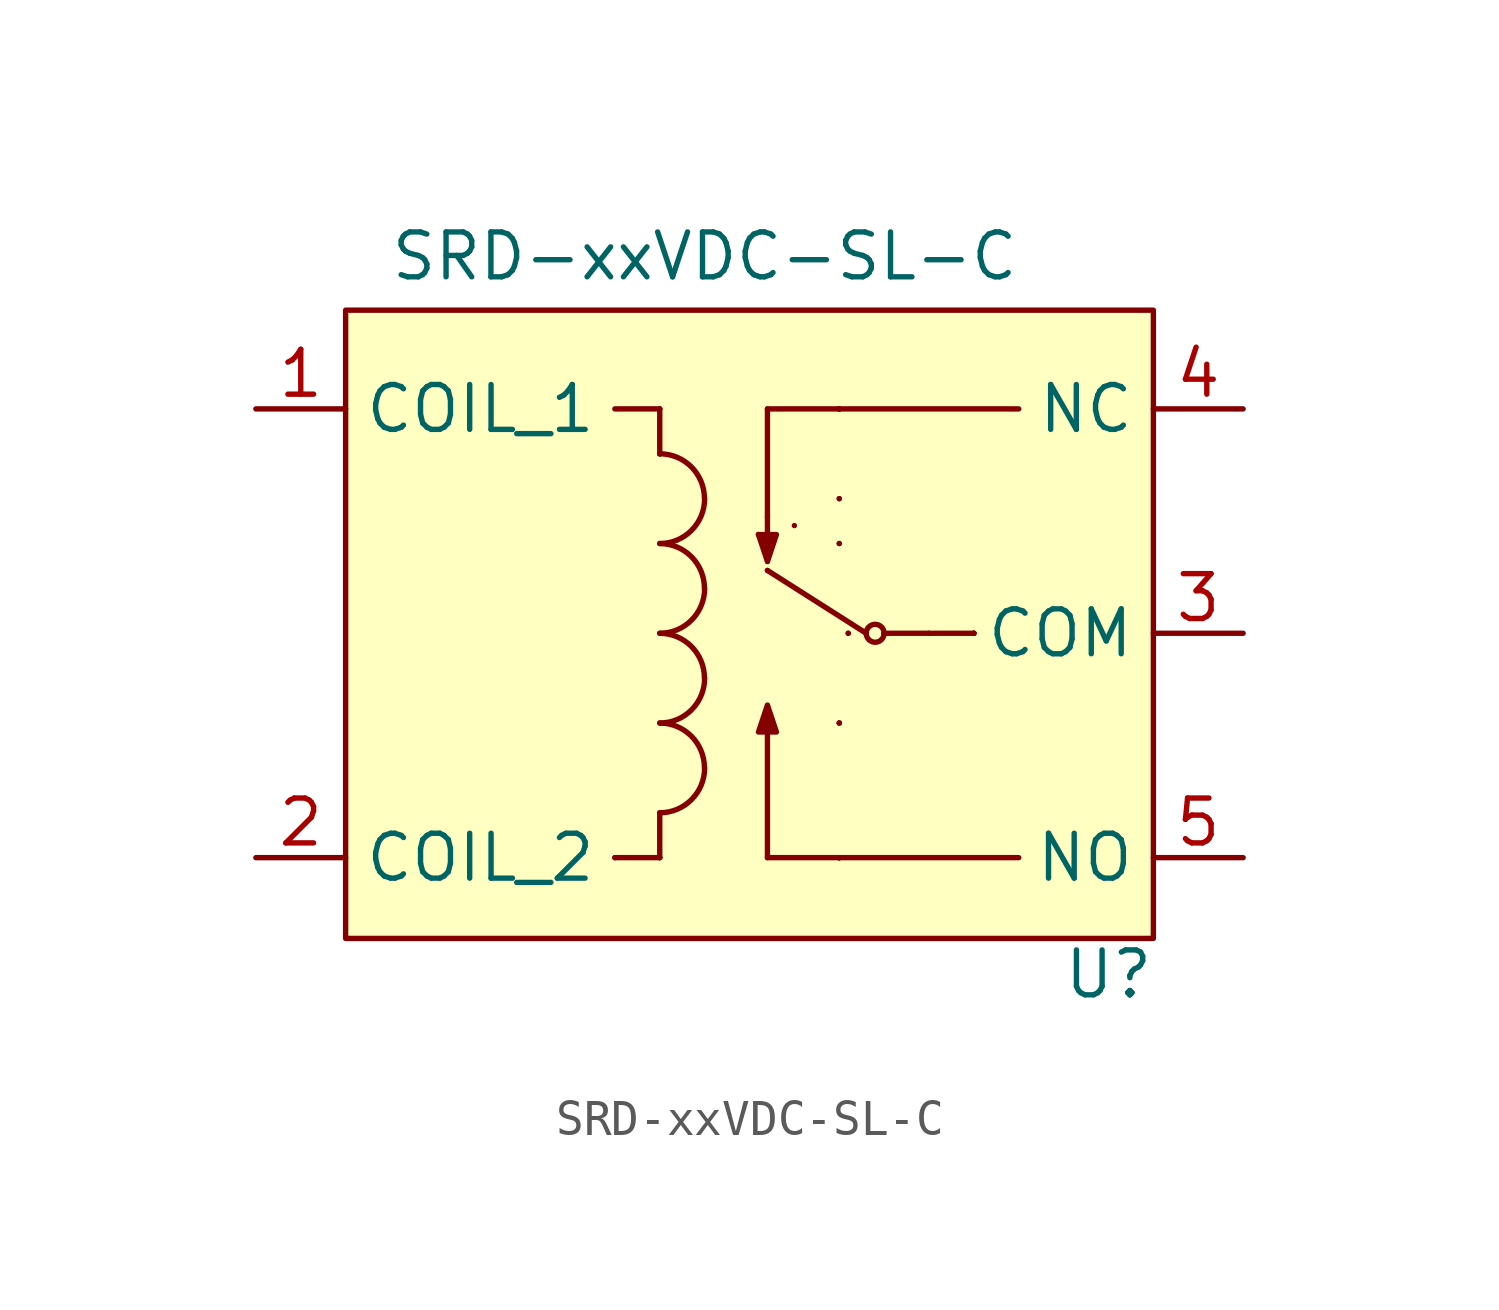
<source format=kicad_sym>
(kicad_symbol_lib
  (version 20241209)
  (generator "kicad_symbol_editor")
  (generator_version "9.0")
  (symbol "SRD-xxVDC-SL-C"
    (property "Reference" "U"
      (at 10.16 -9.652 0)
      (effects (font (size 1.27 1.27))))
    (property "Value" "SRD-xxVDC-SL-C"
      (at -1.27 10.668 0)
      (effects (font (size 1.27 1.27))))
    (symbol "SRD-xxVDC-SL-C_0_1"
      (polyline (pts (xy -3.81 6.35) (xy -2.54 6.35)) (stroke (width 0) (type default)) (fill (type none)))
      (polyline (pts (xy -3.81 -6.35) (xy -3.81 -6.35)) (stroke (width 0) (type default)) (fill (type none)))
      (polyline (pts (xy -3.81 -6.35) (xy -2.54 -6.35)) (stroke (width 0) (type default)) (fill (type none)))
      (polyline (pts (xy -2.54 6.35) (xy -2.54 6.35)) (stroke (width 0) (type default)) (fill (type none)))
      (polyline (pts (xy -2.54 5.08) (xy -2.54 6.35)) (stroke (width 0) (type default)) (fill (type none)))
      (polyline (pts (xy -2.54 5.08) (xy -2.54 5.08)) (stroke (width 0) (type default)) (fill (type none)))
      (polyline (pts (xy -2.54 5.08) (xy -2.54 5.08)) (stroke (width 0) (type default)) (fill (type none)))
      (arc (start -2.54 5.08) (mid -1.642 4.708) (end -1.27 3.81) (stroke (width 0) (type default)) (fill (type none)))
      (arc (start -1.27 3.81) (mid -1.642 2.912) (end -2.54 2.54) (stroke (width 0) (type default)) (fill (type none)))
      (arc (start -1.2699 1.2699) (mid -1.6419 0.3719) (end -2.5399 -0.0001) (stroke (width 0) (type default)) (fill (type none)))
      (arc (start -2.5399 2.5399) (mid -1.6419 2.1679) (end -1.2699 1.2699) (stroke (width 0) (type default)) (fill (type none)))
      (arc (start -1.2699 -1.2701) (mid -1.6419 -2.1681) (end -2.5399 -2.5401) (stroke (width 0) (type default)) (fill (type none)))
      (arc (start -2.5399 -0.0001) (mid -1.6419 -0.3721) (end -1.2699 -1.2701) (stroke (width 0) (type default)) (fill (type none)))
      (arc (start -1.2699 -3.8101) (mid -1.6419 -4.7081) (end -2.5399 -5.0801) (stroke (width 0) (type default)) (fill (type none)))
      (arc (start -2.5399 -2.5401) (mid -1.6419 -2.9121) (end -1.2699 -3.8101) (stroke (width 0) (type default)) (fill (type none)))
      (polyline (pts (xy -2.54 -5.08) (xy -2.54 -6.35)) (stroke (width 0) (type default)) (fill (type none)))
      (polyline (pts (xy -2.54 -6.35) (xy -2.54 -6.35)) (stroke (width 0) (type default)) (fill (type none)))
      (polyline (pts (xy 0.508 6.35) (xy 2.54 6.35)) (stroke (width 0) (type default)) (fill (type none)))
      (polyline (pts (xy 2.54 6.35) (xy 2.54 6.35)) (stroke (width 0) (type default)) (fill (type none)))
      (polyline (pts (xy 2.54 6.35) (xy 2.54 6.35)) (stroke (width 0) (type default)) (fill (type none)))
      (polyline (pts (xy 2.54 2.54) (xy 2.54 2.54)) (stroke (width 0) (type default)) (fill (type none)))
      (polyline (pts (xy 6.35 0) (xy 6.35 0)) (stroke (width 0) (type default)) (fill (type none)))
      (polyline (pts (xy 6.35 0) (xy 6.35 0)) (stroke (width 0) (type default)) (fill (type none)))
      (polyline (pts (xy 7.62 6.35) (xy 2.54 6.35)) (stroke (width 0) (type default)) (fill (type none))))
    (symbol "SRD-xxVDC-SL-C_1_1"
      (rectangle (start -11.43 9.144) (end 11.43 -8.636) (stroke (width 0) (type solid)) (fill (type background)))
      (polyline (pts (xy 0.254 2.794) (xy 0.254 2.794)) (stroke (width 0) (type default)) (fill (type none)))
      (polyline (pts (xy 0.254 2.794) (xy 0.254 2.794)) (stroke (width 0) (type default)) (fill (type none)))
      (polyline (pts (xy 0.254 2.794) (xy 0.762 2.794) (xy 0.508 2.032) (xy 0.254 2.794)) (stroke (width 0) (type solid)) (fill (type color) (color 132 0 0 1)))
      (polyline (pts (xy 0.508 3.302) (xy 0.508 3.302)) (stroke (width 0) (type default)) (fill (type none)))
      (polyline (pts (xy 0.508 2.794) (xy 0.508 6.35)) (stroke (width 0) (type default)) (fill (type none)))
      (polyline (pts (xy 0.508 2.032) (xy 0.508 2.032)) (stroke (width 0) (type default)) (fill (type none)))
      (polyline (pts (xy 0.508 1.778) (xy 0.508 1.778)) (stroke (width 0) (type default)) (fill (type none)))
      (polyline (pts (xy 0.508 1.778) (xy 3.302 0)) (stroke (width 0) (type default)) (fill (type none)))
      (polyline (pts (xy 0.508 -2.667) (xy 0.508 -6.35)) (stroke (width 0) (type default)) (fill (type none)))
      (polyline (pts (xy 0.762 -2.794) (xy 0.254 -2.794) (xy 0.508 -2.032) (xy 0.762 -2.794)) (stroke (width 0) (type solid)) (fill (type color) (color 132 0 0 1)))
      (polyline (pts (xy 1.27 3.048) (xy 1.27 3.048)) (stroke (width 0) (type default)) (fill (type none)))
      (polyline (pts (xy 2.54 6.35) (xy 2.54 6.35)) (stroke (width 0) (type default)) (fill (type none)))
      (polyline (pts (xy 2.54 6.35) (xy 2.54 6.35)) (stroke (width 0) (type default)) (fill (type none)))
      (polyline (pts (xy 2.54 6.35) (xy 2.54 6.35)) (stroke (width 0) (type default)) (fill (type none)))
      (polyline (pts (xy 2.54 3.81) (xy 2.54 3.81)) (stroke (width 0) (type default)) (fill (type none)))
      (polyline (pts (xy 2.54 3.81) (xy 2.54 3.81)) (stroke (width 0) (type default)) (fill (type none)))
      (polyline (pts (xy 2.54 2.54) (xy 2.54 2.54)) (stroke (width 0) (type default)) (fill (type none)))
      (polyline (pts (xy 2.54 -2.54) (xy 2.54 -2.54)) (stroke (width 0) (type default)) (fill (type none)))
      (polyline (pts (xy 2.54 -2.54) (xy 2.54 -2.54)) (stroke (width 0) (type default)) (fill (type none)))
      (polyline (pts (xy 2.54 -2.54) (xy 2.54 -2.54)) (stroke (width 0) (type default)) (fill (type none)))
      (polyline (pts (xy 2.54 -6.35) (xy 2.54 -6.35)) (stroke (width 0) (type default)) (fill (type none)))
      (polyline (pts (xy 2.54 -6.35) (xy 2.54 -6.35)) (stroke (width 0) (type default)) (fill (type none)))
      (polyline (pts (xy 2.54 -6.35) (xy 2.54 -6.35)) (stroke (width 0) (type default)) (fill (type none)))
      (polyline (pts (xy 2.54 -6.35) (xy 2.54 -6.35)) (stroke (width 0) (type default)) (fill (type none)))
      (polyline (pts (xy 2.794 0) (xy 2.794 0)) (stroke (width 0) (type default)) (fill (type none)))
      (polyline (pts (xy 2.794 0) (xy 2.794 0)) (stroke (width 0) (type default)) (fill (type none)))
      (circle (center 3.556 0) (radius 0.254) (stroke (width 0) (type default)) (fill (type none)))
      (polyline (pts (xy 3.81 0) (xy 3.81 0)) (stroke (width 0) (type default)) (fill (type none)))
      (polyline (pts (xy 3.81 0) (xy 3.81 0)) (stroke (width 0) (type default)) (fill (type none)))
      (polyline (pts (xy 3.81 0) (xy 3.81 0)) (stroke (width 0) (type default)) (fill (type none)))
      (polyline (pts (xy 5.08 0) (xy 5.08 0)) (stroke (width 0) (type default)) (fill (type none)))
      (polyline (pts (xy 6.35 0) (xy 3.81 0)) (stroke (width 0) (type default)) (fill (type none)))
      (polyline (pts (xy 6.35 0) (xy 6.35 0)) (stroke (width 0) (type default)) (fill (type none)))
      (polyline (pts (xy 7.62 -6.35) (xy 0.508 -6.35)) (stroke (width 0) (type default)) (fill (type none)))
      (pin passive line (at -13.97 6.35 0) (length 2.54) (name "COIL_1" (effects (font (size 1.27 1.27)))) (number "1" (effects (font (size 1.27 1.27)))))
      (pin passive line (at -13.97 -6.35 0) (length 2.54) (name "COIL_2" (effects (font (size 1.27 1.27)))) (number "2" (effects (font (size 1.27 1.27)))))
      (pin passive line (at 13.97 6.35 180) (length 2.54) (name "NC" (effects (font (size 1.27 1.27)))) (number "4" (effects (font (size 1.27 1.27)))))
      (pin passive line (at 13.97 0 180) (length 2.54) (name "COM" (effects (font (size 1.27 1.27)))) (number "3" (effects (font (size 1.27 1.27)))))
      (pin passive line (at 13.97 -6.35 180) (length 2.54) (name "NO" (effects (font (size 1.27 1.27)))) (number "5" (effects (font (size 1.27 1.27))))))))
</source>
